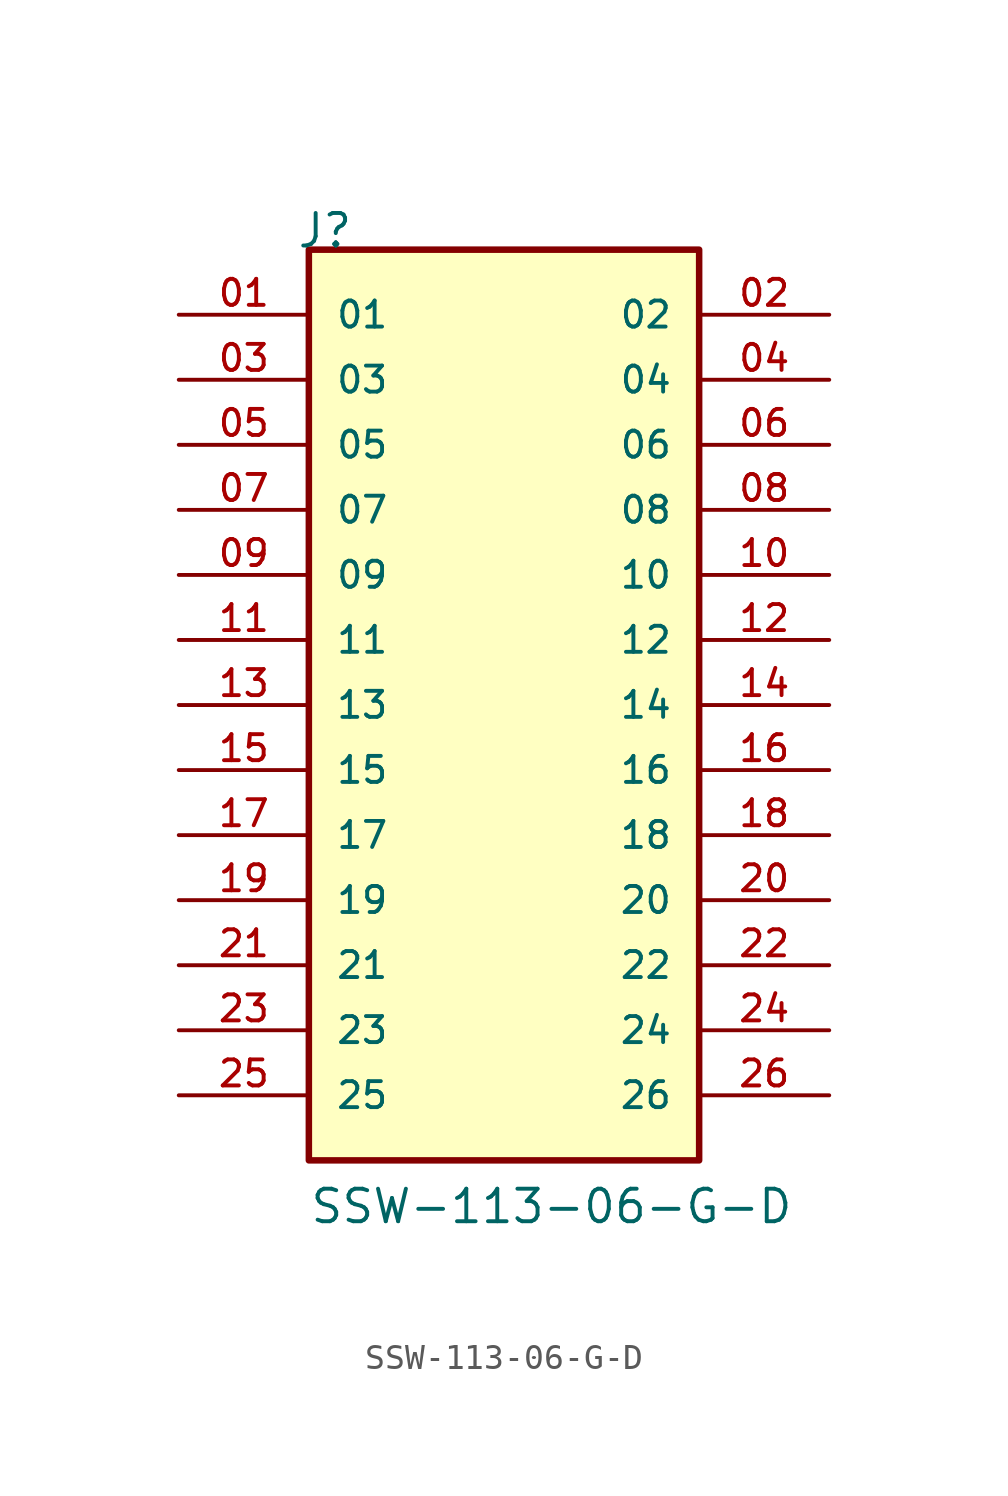
<source format=kicad_sym>
(kicad_symbol_lib
  (version 20211014)
  (generator kicad_symbol_editor)
  (symbol "SSW-113-06-G-D"
    (pin_names
      (offset 1.016))
    (property "Reference" "J"
      (at -8.12 17.78 0)
      (effects (font (size 1.27 1.27)) (justify bottom left)))
    (property "Value" "SSW-113-06-G-D"
      (at -7.62 -20.32 0)
      (effects (font (size 1.27 1.27)) (justify bottom left)))
    (symbol "SSW-113-06-G-D_0_0"
      (rectangle (start -7.62 -17.78) (end 7.62 17.78) (stroke (width 0.254)) (fill (type background)))
      (pin passive line (at -12.7 15.24 0) (length 5.08) (name "01" (effects (font (size 1.016 1.016)))) (number "01" (effects (font (size 1.016 1.016)))))
      (pin passive line (at 12.7 15.24 180.0) (length 5.08) (name "02" (effects (font (size 1.016 1.016)))) (number "02" (effects (font (size 1.016 1.016)))))
      (pin passive line (at -12.7 12.7 0) (length 5.08) (name "03" (effects (font (size 1.016 1.016)))) (number "03" (effects (font (size 1.016 1.016)))))
      (pin passive line (at 12.7 12.7 180.0) (length 5.08) (name "04" (effects (font (size 1.016 1.016)))) (number "04" (effects (font (size 1.016 1.016)))))
      (pin passive line (at -12.7 10.16 0) (length 5.08) (name "05" (effects (font (size 1.016 1.016)))) (number "05" (effects (font (size 1.016 1.016)))))
      (pin passive line (at 12.7 10.16 180.0) (length 5.08) (name "06" (effects (font (size 1.016 1.016)))) (number "06" (effects (font (size 1.016 1.016)))))
      (pin passive line (at -12.7 7.62 0) (length 5.08) (name "07" (effects (font (size 1.016 1.016)))) (number "07" (effects (font (size 1.016 1.016)))))
      (pin passive line (at 12.7 7.62 180.0) (length 5.08) (name "08" (effects (font (size 1.016 1.016)))) (number "08" (effects (font (size 1.016 1.016)))))
      (pin passive line (at -12.7 5.08 0) (length 5.08) (name "09" (effects (font (size 1.016 1.016)))) (number "09" (effects (font (size 1.016 1.016)))))
      (pin passive line (at 12.7 5.08 180.0) (length 5.08) (name "10" (effects (font (size 1.016 1.016)))) (number "10" (effects (font (size 1.016 1.016)))))
      (pin passive line (at -12.7 2.54 0) (length 5.08) (name "11" (effects (font (size 1.016 1.016)))) (number "11" (effects (font (size 1.016 1.016)))))
      (pin passive line (at 12.7 2.54 180.0) (length 5.08) (name "12" (effects (font (size 1.016 1.016)))) (number "12" (effects (font (size 1.016 1.016)))))
      (pin passive line (at -12.7 0.0 0) (length 5.08) (name "13" (effects (font (size 1.016 1.016)))) (number "13" (effects (font (size 1.016 1.016)))))
      (pin passive line (at 12.7 0.0 180.0) (length 5.08) (name "14" (effects (font (size 1.016 1.016)))) (number "14" (effects (font (size 1.016 1.016)))))
      (pin passive line (at -12.7 -2.54 0) (length 5.08) (name "15" (effects (font (size 1.016 1.016)))) (number "15" (effects (font (size 1.016 1.016)))))
      (pin passive line (at 12.7 -2.54 180.0) (length 5.08) (name "16" (effects (font (size 1.016 1.016)))) (number "16" (effects (font (size 1.016 1.016)))))
      (pin passive line (at -12.7 -5.08 0) (length 5.08) (name "17" (effects (font (size 1.016 1.016)))) (number "17" (effects (font (size 1.016 1.016)))))
      (pin passive line (at 12.7 -5.08 180.0) (length 5.08) (name "18" (effects (font (size 1.016 1.016)))) (number "18" (effects (font (size 1.016 1.016)))))
      (pin passive line (at -12.7 -7.62 0) (length 5.08) (name "19" (effects (font (size 1.016 1.016)))) (number "19" (effects (font (size 1.016 1.016)))))
      (pin passive line (at 12.7 -7.62 180.0) (length 5.08) (name "20" (effects (font (size 1.016 1.016)))) (number "20" (effects (font (size 1.016 1.016)))))
      (pin passive line (at -12.7 -10.16 0) (length 5.08) (name "21" (effects (font (size 1.016 1.016)))) (number "21" (effects (font (size 1.016 1.016)))))
      (pin passive line (at 12.7 -10.16 180.0) (length 5.08) (name "22" (effects (font (size 1.016 1.016)))) (number "22" (effects (font (size 1.016 1.016)))))
      (pin passive line (at -12.7 -12.7 0) (length 5.08) (name "23" (effects (font (size 1.016 1.016)))) (number "23" (effects (font (size 1.016 1.016)))))
      (pin passive line (at 12.7 -12.7 180.0) (length 5.08) (name "24" (effects (font (size 1.016 1.016)))) (number "24" (effects (font (size 1.016 1.016)))))
      (pin passive line (at -12.7 -15.24 0) (length 5.08) (name "25" (effects (font (size 1.016 1.016)))) (number "25" (effects (font (size 1.016 1.016)))))
      (pin passive line (at 12.7 -15.24 180.0) (length 5.08) (name "26" (effects (font (size 1.016 1.016)))) (number "26" (effects (font (size 1.016 1.016))))))))
</source>
